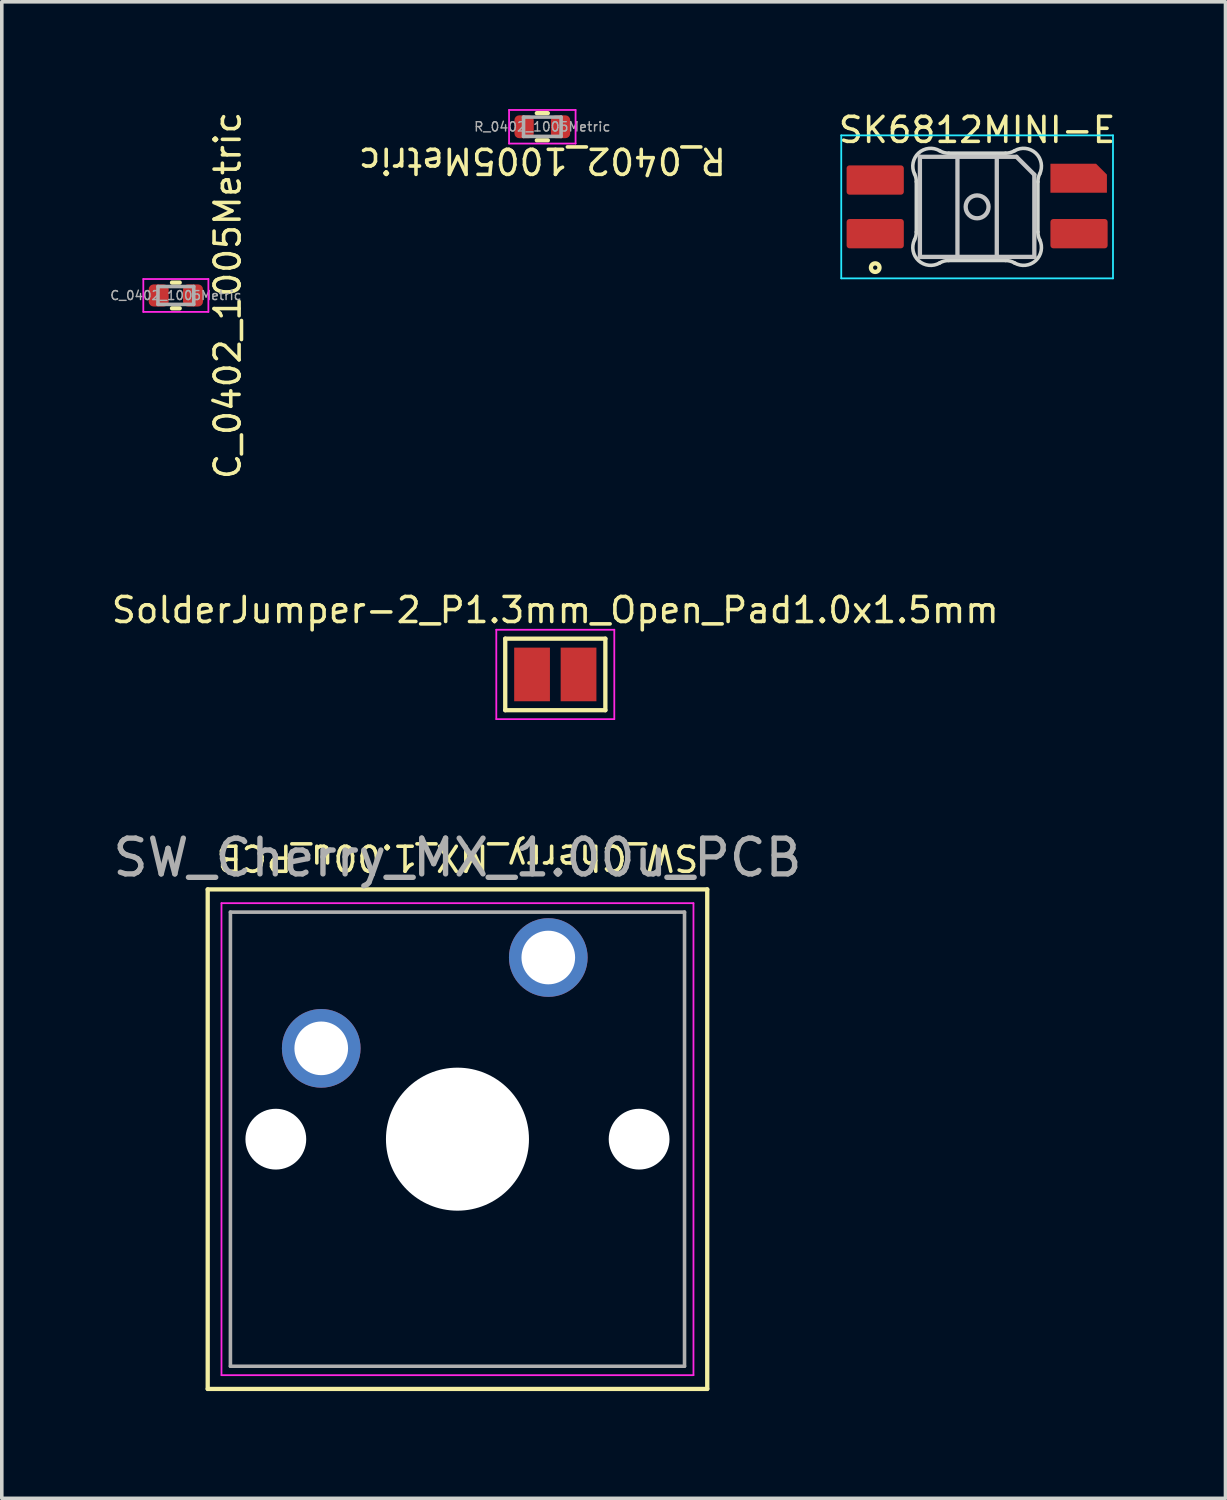
<source format=kicad_pcb>
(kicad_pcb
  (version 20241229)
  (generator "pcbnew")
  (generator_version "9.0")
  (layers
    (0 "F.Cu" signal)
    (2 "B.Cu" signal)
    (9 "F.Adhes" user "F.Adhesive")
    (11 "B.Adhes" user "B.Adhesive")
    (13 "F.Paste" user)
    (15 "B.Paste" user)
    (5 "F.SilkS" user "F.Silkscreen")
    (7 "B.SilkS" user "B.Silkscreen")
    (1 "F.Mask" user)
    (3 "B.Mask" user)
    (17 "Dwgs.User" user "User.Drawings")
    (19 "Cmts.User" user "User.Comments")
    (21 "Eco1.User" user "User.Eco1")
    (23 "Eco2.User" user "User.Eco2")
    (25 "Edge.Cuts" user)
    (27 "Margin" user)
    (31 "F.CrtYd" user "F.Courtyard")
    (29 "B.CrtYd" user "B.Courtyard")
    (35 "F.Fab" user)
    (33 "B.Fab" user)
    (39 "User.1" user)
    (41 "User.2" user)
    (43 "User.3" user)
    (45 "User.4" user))
  (footprint "C_0402_1005Metric"
    (layer "F.Cu")
    (at 1.868 5.213)
    (property "Reference" "C_0402_1005Metric" (at 1.45 0 90) (unlocked yes) (layer "F.SilkS") (effects (font (size 0.7 0.7) (thickness 0.1))))
    (attr smd)
    (fp_line (start -0.108 -0.36) (end 0.108 -0.36) (stroke (width 0.12) (type solid)) (layer "F.SilkS"))
    (fp_line (start -0.108 0.36) (end 0.108 0.36) (stroke (width 0.12) (type solid)) (layer "F.SilkS"))
    (fp_line (start -0.91 -0.46) (end 0.91 -0.46) (stroke (width 0.05) (type solid)) (layer "F.CrtYd"))
    (fp_line (start -0.91 0.46) (end -0.91 -0.46) (stroke (width 0.05) (type solid)) (layer "F.CrtYd"))
    (fp_line (start 0.91 -0.46) (end 0.91 0.46) (stroke (width 0.05) (type solid)) (layer "F.CrtYd"))
    (fp_line (start 0.91 0.46) (end -0.91 0.46) (stroke (width 0.05) (type solid)) (layer "F.CrtYd"))
    (fp_line (start -0.5 -0.25) (end 0.5 -0.25) (stroke (width 0.1) (type solid)) (layer "F.Fab"))
    (fp_line (start -0.5 0.25) (end -0.5 -0.25) (stroke (width 0.1) (type solid)) (layer "F.Fab"))
    (fp_line (start 0.5 -0.25) (end 0.5 0.25) (stroke (width 0.1) (type solid)) (layer "F.Fab"))
    (fp_line (start 0.5 0.25) (end -0.5 0.25) (stroke (width 0.1) (type solid)) (layer "F.Fab"))
    (fp_text user "${REFERENCE}" (at 0 0 0) (layer "F.Fab") (effects (font (size 0.25 0.25) (thickness 0.04))))
    (pad "1" smd roundrect (at -0.48 0) (size 0.56 0.62) (layers "F.Cu" "F.Mask" "F.Paste") (roundrect_rratio 0.25))
    (pad "2" smd roundrect (at 0.48 0) (size 0.56 0.62) (layers "F.Cu" "F.Mask" "F.Paste") (roundrect_rratio 0.25)))
  (footprint "SolderJumper-2_P1.3mm_Open_Pad1.0x1.5mm"
    (layer "F.Cu")
    (at 12.48 15.812)
    (property "Reference" "SolderJumper-2_P1.3mm_Open_Pad1.0x1.5mm" (at 0 -1.8 0) (unlocked yes) (layer "F.SilkS") (effects (font (size 0.7 0.7) (thickness 0.1))))
    (attr exclude_from_pos_files exclude_from_bom)
    (fp_line (start -1.4 -1) (end 1.4 -1) (stroke (width 0.12) (type solid)) (layer "F.SilkS"))
    (fp_line (start -1.4 1) (end -1.4 -1) (stroke (width 0.12) (type solid)) (layer "F.SilkS"))
    (fp_line (start 1.4 -1) (end 1.4 1) (stroke (width 0.12) (type solid)) (layer "F.SilkS"))
    (fp_line (start 1.4 1) (end -1.4 1) (stroke (width 0.12) (type solid)) (layer "F.SilkS"))
    (fp_line (start -1.65 -1.25) (end -1.65 1.25) (stroke (width 0.05) (type solid)) (layer "F.CrtYd"))
    (fp_line (start -1.65 -1.25) (end 1.65 -1.25) (stroke (width 0.05) (type solid)) (layer "F.CrtYd"))
    (fp_line (start 1.65 1.25) (end -1.65 1.25) (stroke (width 0.05) (type solid)) (layer "F.CrtYd"))
    (fp_line (start 1.65 1.25) (end 1.65 -1.25) (stroke (width 0.05) (type solid)) (layer "F.CrtYd"))
    (pad "1" smd rect (at -0.65 0) (size 1 1.5) (layers "F.Cu" "F.Mask"))
    (pad "2" smd rect (at 0.65 0) (size 1 1.5) (layers "F.Cu" "F.Mask")))
  (footprint "SK6812MINI-E"
    (layer "F.Cu")
    (at 24.277 2.735)
    (property "Reference" "SK6812MINI-E" (at 0 -2.15 0) (layer "F.SilkS") (effects (font (size 0.7 0.7) (thickness 0.1))))
    (attr smd)
    (fp_circle (center -2.85 1.7) (end -2.73 1.7) (stroke (width 0.12) (type solid)) (fill no) (layer "F.SilkS"))
    (fp_line (start -1.6 -1.4) (end 1.1 -1.4) (stroke (width 0.12) (type solid)) (layer "Dwgs.User"))
    (fp_line (start -1.6 1.4) (end -1.6 -1.4) (stroke (width 0.12) (type solid)) (layer "Dwgs.User"))
    (fp_line (start -0.55 1.4) (end -0.55 -1.4) (stroke (width 0.12) (type solid)) (layer "Dwgs.User"))
    (fp_line (start 0.55 1.4) (end 0.55 -1.4) (stroke (width 0.12) (type solid)) (layer "Dwgs.User"))
    (fp_line (start 1.6 -0.9) (end 1.1 -1.4) (stroke (width 0.12) (type solid)) (layer "Dwgs.User"))
    (fp_line (start 1.6 -0.9) (end 1.6 1.4) (stroke (width 0.12) (type solid)) (layer "Dwgs.User"))
    (fp_line (start 1.6 1.4) (end -1.6 1.4) (stroke (width 0.12) (type solid)) (layer "Dwgs.User"))
    (fp_circle (center 0 0) (end 0.2 -0.25) (stroke (width 0.12) (type solid)) (fill no) (layer "Dwgs.User"))
    (fp_line (start -1.7 0.703) (end -1.7 -0.703) (stroke (width 0.1) (type solid)) (layer "Edge.Cuts"))
    (fp_line (start -0.794 -1.5) (end 0.794 -1.5) (stroke (width 0.1) (type solid)) (layer "Edge.Cuts"))
    (fp_line (start 0.794 1.5) (end -0.794 1.5) (stroke (width 0.1) (type solid)) (layer "Edge.Cuts"))
    (fp_line (start 1.7 -0.703) (end 1.7 0.703) (stroke (width 0.1) (type solid)) (layer "Edge.Cuts"))
    (fp_arc (start -1.749484 -0.91972) (mid -1.712527 -0.814068) (end -1.699999 -0.702842) (stroke (width 0.1) (type solid)) (layer "Edge.Cuts"))
    (fp_arc (start -1.749484 -0.91972) (mid -1.638071 -1.504035) (end -1.046711 -1.568299) (stroke (width 0.1) (type solid)) (layer "Edge.Cuts"))
    (fp_arc (start -1.699999 0.702843) (mid -1.712527 0.814068) (end -1.749484 0.91972) (stroke (width 0.1) (type solid)) (layer "Edge.Cuts"))
    (fp_arc (start -1.046711 1.568297) (mid -1.63807 1.504034) (end -1.749484 0.91972) (stroke (width 0.1) (type solid)) (layer "Edge.Cuts"))
    (fp_arc (start -1.04671 1.568299) (mid -0.925122 1.517377) (end -0.794452 1.5) (stroke (width 0.1) (type solid)) (layer "Edge.Cuts"))
    (fp_arc (start -0.794453 -1.5) (mid -0.925123 -1.517377) (end -1.046711 -1.568299) (stroke (width 0.1) (type solid)) (layer "Edge.Cuts"))
    (fp_arc (start 0.794452 1.5) (mid 0.925123 1.517377) (end 1.046711 1.568299) (stroke (width 0.1) (type solid)) (layer "Edge.Cuts"))
    (fp_arc (start 1.046711 -1.568298) (mid 0.925123 -1.517376) (end 0.794453 -1.499999) (stroke (width 0.1) (type solid)) (layer "Edge.Cuts"))
    (fp_arc (start 1.046711 -1.568298) (mid 1.638071 -1.504035) (end 1.749484 -0.91972) (stroke (width 0.1) (type solid)) (layer "Edge.Cuts"))
    (fp_arc (start 1.699999 -0.702843) (mid 1.712527 -0.814069) (end 1.749484 -0.91972) (stroke (width 0.1) (type solid)) (layer "Edge.Cuts"))
    (fp_arc (start 1.749484 0.919719) (mid 1.638073 1.504037) (end 1.046711 1.568299) (stroke (width 0.1) (type solid)) (layer "Edge.Cuts"))
    (fp_arc (start 1.749484 0.91972) (mid 1.712518 0.81407) (end 1.699999 0.702842) (stroke (width 0.1) (type solid)) (layer "Edge.Cuts"))
    (fp_line (start -3.8 -2) (end -3.8 2) (stroke (width 0.05) (type solid)) (layer "B.CrtYd"))
    (fp_line (start -3.8 2) (end 3.8 2) (stroke (width 0.05) (type solid)) (layer "B.CrtYd"))
    (fp_line (start 3.8 -2) (end -3.8 -2) (stroke (width 0.05) (type solid)) (layer "B.CrtYd"))
    (fp_line (start 3.8 2) (end 3.8 -2) (stroke (width 0.05) (type solid)) (layer "B.CrtYd"))
    (pad "1" smd roundrect (at -2.85 0.75 90) (size 0.82 1.6) (layers "F.Cu" "F.Mask" "F.Paste") (roundrect_rratio 0.1))
    (pad "2" smd roundrect (at -2.85 -0.75 90) (size 0.82 1.6) (layers "F.Cu" "F.Mask" "F.Paste") (roundrect_rratio 0.1))
    (pad "3" smd custom (at 2.85 -0.75 270) (size 0.6 0.6) (layers "F.Cu" "B.Mask" "B.Paste") (options (anchor circle)) (primitives (gr_poly (pts (xy 0.3 -0.515) (xy 0.295 -0.538) (xy 0.282 -0.557) (xy 0.263 -0.57) (xy 0.24 -0.575) (xy -0.24 -0.575) (xy -0.263 -0.57) (xy -0.282 -0.557) (xy -0.295 -0.538) (xy -0.3 -0.515) (xy -0.3 0.515) (xy -0.295 0.538) (xy -0.282 0.557) (xy -0.263 0.57) (xy -0.24 0.575) (xy 0.24 0.575) (xy 0.263 0.57) (xy 0.282 0.557) (xy 0.295 0.538) (xy 0.3 0.515)) (width 0) (fill yes)) (gr_poly (pts (xy -0.15 -0.775) (xy -0.45 -0.475) (xy -0.45 0.795) (xy 0.35 0.795) (xy 0.35 -0.775)) (width 0.01) (fill yes))))
    (pad "4" smd roundrect (at 2.85 0.75 270) (size 0.82 1.6) (layers "F.Cu" "F.Mask" "F.Paste") (roundrect_rratio 0.1)))
  (footprint "R_0402_1005Metric"
    (layer "F.Cu")
    (at 12.117 0.495)
    (property "Reference" "R_0402_1005Metric" (at 0 0.95 180) (unlocked yes) (layer "F.SilkS") (effects (font (size 0.7 0.7) (thickness 0.1))))
    (attr smd)
    (fp_line (start -0.154 -0.38) (end 0.154 -0.38) (stroke (width 0.12) (type solid)) (layer "F.SilkS"))
    (fp_line (start -0.154 0.38) (end 0.154 0.38) (stroke (width 0.12) (type solid)) (layer "F.SilkS"))
    (fp_line (start -0.93 -0.47) (end 0.93 -0.47) (stroke (width 0.05) (type solid)) (layer "F.CrtYd"))
    (fp_line (start -0.93 0.47) (end -0.93 -0.47) (stroke (width 0.05) (type solid)) (layer "F.CrtYd"))
    (fp_line (start 0.93 -0.47) (end 0.93 0.47) (stroke (width 0.05) (type solid)) (layer "F.CrtYd"))
    (fp_line (start 0.93 0.47) (end -0.93 0.47) (stroke (width 0.05) (type solid)) (layer "F.CrtYd"))
    (fp_line (start -0.525 -0.27) (end 0.525 -0.27) (stroke (width 0.1) (type solid)) (layer "F.Fab"))
    (fp_line (start -0.525 0.27) (end -0.525 -0.27) (stroke (width 0.1) (type solid)) (layer "F.Fab"))
    (fp_line (start 0.525 -0.27) (end 0.525 0.27) (stroke (width 0.1) (type solid)) (layer "F.Fab"))
    (fp_line (start 0.525 0.27) (end -0.525 0.27) (stroke (width 0.1) (type solid)) (layer "F.Fab"))
    (fp_text user "${REFERENCE}" (at 0 0 0) (layer "F.Fab") (effects (font (size 0.26 0.26) (thickness 0.04))))
    (pad "1" smd roundrect (at -0.51 0) (size 0.54 0.64) (layers "F.Cu" "F.Mask" "F.Paste") (roundrect_rratio 0.25))
    (pad "2" smd roundrect (at 0.51 0) (size 0.54 0.64) (layers "F.Cu" "F.Mask" "F.Paste") (roundrect_rratio 0.25)))
  (footprint "SW_Cherry_MX_1.00u_PCB"
    (layer "F.Cu")
    (at 9.744 28.809)
    (property "Reference" "SW_Cherry_MX_1.00u_PCB" (at 0 -7.874 180) (unlocked yes) (layer "F.SilkS") (effects (font (size 0.7 0.7) (thickness 0.1))))
    (attr through_hole exclude_from_bom)
    (fp_line (start -6.985 -6.985) (end 6.985 -6.985) (stroke (width 0.12) (type solid)) (layer "F.SilkS"))
    (fp_line (start -6.985 6.985) (end -6.985 -6.985) (stroke (width 0.12) (type solid)) (layer "F.SilkS"))
    (fp_line (start 6.985 -6.985) (end 6.985 6.985) (stroke (width 0.12) (type solid)) (layer "F.SilkS"))
    (fp_line (start 6.985 6.985) (end -6.985 6.985) (stroke (width 0.12) (type solid)) (layer "F.SilkS"))
    (fp_line (start -6.6 -6.6) (end 6.6 -6.6) (stroke (width 0.05) (type solid)) (layer "F.CrtYd"))
    (fp_line (start -6.6 6.6) (end -6.6 -6.6) (stroke (width 0.05) (type solid)) (layer "F.CrtYd"))
    (fp_line (start 6.6 -6.6) (end 6.6 6.6) (stroke (width 0.05) (type solid)) (layer "F.CrtYd"))
    (fp_line (start 6.6 6.6) (end -6.6 6.6) (stroke (width 0.05) (type solid)) (layer "F.CrtYd"))
    (fp_line (start -6.35 -6.35) (end 6.35 -6.35) (stroke (width 0.1) (type solid)) (layer "F.Fab"))
    (fp_line (start -6.35 6.35) (end -6.35 -6.35) (stroke (width 0.1) (type solid)) (layer "F.Fab"))
    (fp_line (start 6.35 -6.35) (end 6.35 6.35) (stroke (width 0.1) (type solid)) (layer "F.Fab"))
    (fp_line (start 6.35 6.35) (end -6.35 6.35) (stroke (width 0.1) (type solid)) (layer "F.Fab"))
    (fp_text user "${REFERENCE}" (at 0 -7.874 0) (layer "F.Fab") (effects (font (size 1 1) (thickness 0.15))))
    (pad "" np_thru_hole circle (at -5.08 0 180) (size 1.7 1.7) (drill 1.7) (layers "*.Cu" "*.Mask"))
    (pad "" np_thru_hole circle (at 0 0 180) (size 4 4) (drill 4) (layers "*.Cu" "*.Mask"))
    (pad "" np_thru_hole circle (at 5.08 0 180) (size 1.7 1.7) (drill 1.7) (layers "*.Cu" "*.Mask"))
    (pad "1" thru_hole circle (at 2.54 -5.08 180) (size 2.2 2.2) (drill 1.5) (layers "*.Cu" "*.Mask"))
    (pad "2" thru_hole circle (at -3.81 -2.54 180) (size 2.2 2.2) (drill 1.5) (layers "*.Cu" "*.Mask")))
  (gr_rect
    (start -3 -3)
    (end 31.223 38.854)
    (stroke (width 0.1) (type default))
    (fill no)
    (layer "Edge.Cuts")))
</source>
